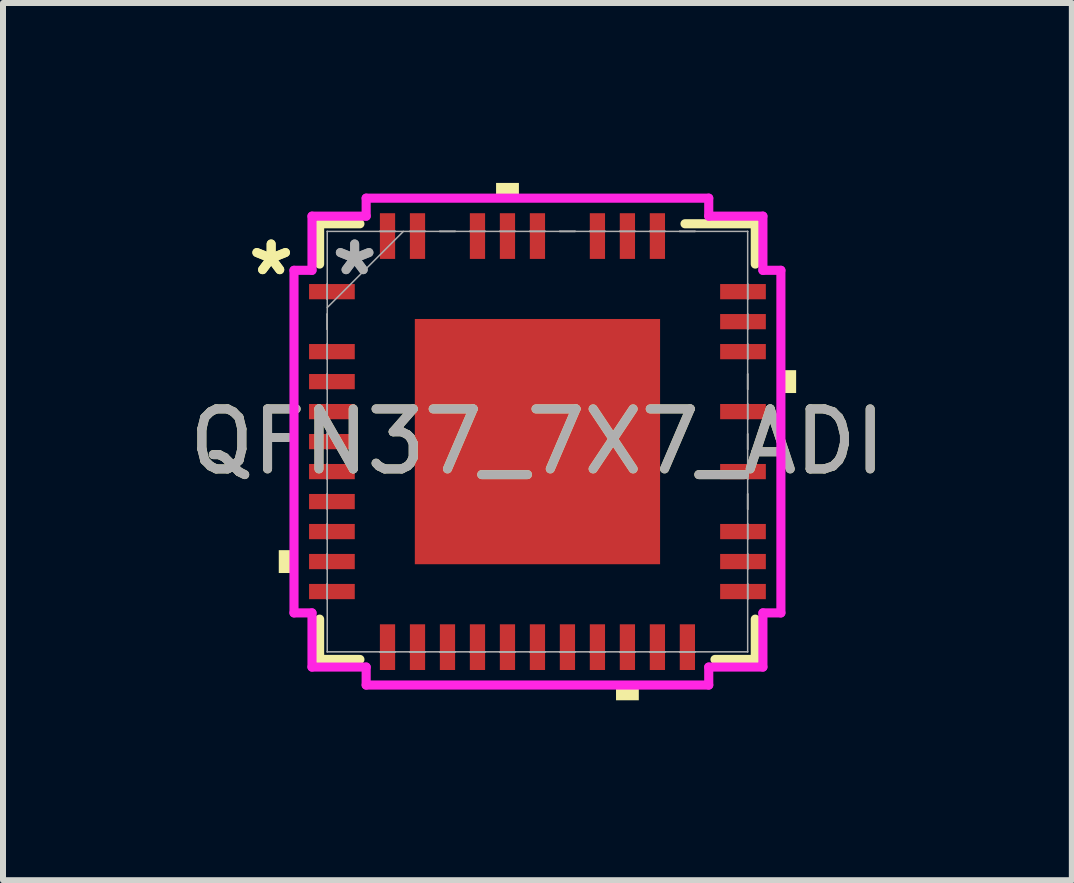
<source format=kicad_pcb>
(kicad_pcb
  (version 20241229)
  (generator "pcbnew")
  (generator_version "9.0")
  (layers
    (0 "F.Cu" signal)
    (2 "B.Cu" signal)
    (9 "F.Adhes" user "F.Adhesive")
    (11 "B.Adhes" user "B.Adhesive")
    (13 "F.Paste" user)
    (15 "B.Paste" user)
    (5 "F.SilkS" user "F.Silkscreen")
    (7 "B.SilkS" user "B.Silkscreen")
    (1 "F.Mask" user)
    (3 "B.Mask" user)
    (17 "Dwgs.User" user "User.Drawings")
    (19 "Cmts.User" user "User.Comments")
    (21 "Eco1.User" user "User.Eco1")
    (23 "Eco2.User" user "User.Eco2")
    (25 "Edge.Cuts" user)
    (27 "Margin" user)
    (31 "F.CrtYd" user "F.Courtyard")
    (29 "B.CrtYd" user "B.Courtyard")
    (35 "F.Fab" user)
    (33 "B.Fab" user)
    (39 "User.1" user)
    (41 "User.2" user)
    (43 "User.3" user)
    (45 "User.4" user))
  (footprint "QFN37_7X7_ADI"
    (layer "F.Cu")
    (at 5.911 4.313)
    (property "Reference" "QFN37_7X7_ADI" (at 0 0 0) (unlocked yes) (layer "F.SilkS") (effects (font (size 1 1) (thickness 0.15))))
    (attr smd)
    (fp_line (start -3.632 -3.632) (end -3.632 -2.96) (stroke (width 0.152) (type solid)) (layer "F.SilkS"))
    (fp_line (start -3.632 2.96) (end -3.632 3.632) (stroke (width 0.152) (type solid)) (layer "F.SilkS"))
    (fp_line (start -3.632 3.632) (end -2.96 3.632) (stroke (width 0.152) (type solid)) (layer "F.SilkS"))
    (fp_line (start -2.96 -3.632) (end -3.632 -3.632) (stroke (width 0.152) (type solid)) (layer "F.SilkS"))
    (fp_line (start 2.96 3.632) (end 3.632 3.632) (stroke (width 0.152) (type solid)) (layer "F.SilkS"))
    (fp_line (start 3.632 -3.632) (end 2.46 -3.632) (stroke (width 0.152) (type solid)) (layer "F.SilkS"))
    (fp_line (start 3.632 -2.96) (end 3.632 -3.632) (stroke (width 0.152) (type solid)) (layer "F.SilkS"))
    (fp_line (start 3.632 3.632) (end 3.632 2.96) (stroke (width 0.152) (type solid)) (layer "F.SilkS"))
    (fp_poly (pts (xy -4.313 1.81) (xy -4.313 2.191) (xy -4.059 2.191) (xy -4.059 1.81)) (stroke (width 0) (type solid)) (fill yes) (layer "F.SilkS"))
    (fp_poly (pts (xy -0.69 -4.059) (xy -0.69 -4.313) (xy -0.309 -4.313) (xy -0.309 -4.059)) (stroke (width 0) (type solid)) (fill yes) (layer "F.SilkS"))
    (fp_poly (pts (xy 1.31 4.059) (xy 1.31 4.313) (xy 1.69 4.313) (xy 1.69 4.059)) (stroke (width 0) (type solid)) (fill yes) (layer "F.SilkS"))
    (fp_poly (pts (xy 4.313 -1.191) (xy 4.313 -0.81) (xy 4.059 -0.81) (xy 4.059 -1.191)) (stroke (width 0) (type solid)) (fill yes) (layer "F.SilkS"))
    (fp_poly (pts (xy -1.945 -1.945) (xy -1.945 -0.782) (xy -0.782 -0.782) (xy -0.782 -1.945)) (stroke (width 0) (type solid)) (fill yes) (layer "F.Paste"))
    (fp_poly (pts (xy -1.945 -0.582) (xy -1.945 0.582) (xy -0.782 0.582) (xy -0.782 -0.582)) (stroke (width 0) (type solid)) (fill yes) (layer "F.Paste"))
    (fp_poly (pts (xy -1.945 0.782) (xy -1.945 1.945) (xy -0.782 1.945) (xy -0.782 0.782)) (stroke (width 0) (type solid)) (fill yes) (layer "F.Paste"))
    (fp_poly (pts (xy -0.582 -1.945) (xy -0.582 -0.782) (xy 0.582 -0.782) (xy 0.582 -1.945)) (stroke (width 0) (type solid)) (fill yes) (layer "F.Paste"))
    (fp_poly (pts (xy -0.582 -0.582) (xy -0.582 0.582) (xy 0.582 0.582) (xy 0.582 -0.582)) (stroke (width 0) (type solid)) (fill yes) (layer "F.Paste"))
    (fp_poly (pts (xy -0.582 0.782) (xy -0.582 1.945) (xy 0.582 1.945) (xy 0.582 0.782)) (stroke (width 0) (type solid)) (fill yes) (layer "F.Paste"))
    (fp_poly (pts (xy 0.782 -1.945) (xy 0.782 -0.782) (xy 1.945 -0.782) (xy 1.945 -1.945)) (stroke (width 0) (type solid)) (fill yes) (layer "F.Paste"))
    (fp_poly (pts (xy 0.782 -0.582) (xy 0.782 0.582) (xy 1.945 0.582) (xy 1.945 -0.582)) (stroke (width 0) (type solid)) (fill yes) (layer "F.Paste"))
    (fp_poly (pts (xy 0.782 0.782) (xy 0.782 1.945) (xy 1.945 1.945) (xy 1.945 0.782)) (stroke (width 0) (type solid)) (fill yes) (layer "F.Paste"))
    (fp_line (start -4.059 -2.856) (end -3.759 -2.856) (stroke (width 0.152) (type solid)) (layer "F.CrtYd"))
    (fp_line (start -4.059 2.856) (end -4.059 -2.856) (stroke (width 0.152) (type solid)) (layer "F.CrtYd"))
    (fp_line (start -3.759 -3.759) (end -2.856 -3.759) (stroke (width 0.152) (type solid)) (layer "F.CrtYd"))
    (fp_line (start -3.759 -2.856) (end -3.759 -3.759) (stroke (width 0.152) (type solid)) (layer "F.CrtYd"))
    (fp_line (start -3.759 2.856) (end -4.059 2.856) (stroke (width 0.152) (type solid)) (layer "F.CrtYd"))
    (fp_line (start -3.759 3.759) (end -3.759 2.856) (stroke (width 0.152) (type solid)) (layer "F.CrtYd"))
    (fp_line (start -2.856 -4.059) (end 2.856 -4.059) (stroke (width 0.152) (type solid)) (layer "F.CrtYd"))
    (fp_line (start -2.856 -3.759) (end -2.856 -4.059) (stroke (width 0.152) (type solid)) (layer "F.CrtYd"))
    (fp_line (start -2.856 3.759) (end -3.759 3.759) (stroke (width 0.152) (type solid)) (layer "F.CrtYd"))
    (fp_line (start -2.856 4.059) (end -2.856 3.759) (stroke (width 0.152) (type solid)) (layer "F.CrtYd"))
    (fp_line (start 2.856 -4.059) (end 2.856 -3.759) (stroke (width 0.152) (type solid)) (layer "F.CrtYd"))
    (fp_line (start 2.856 -3.759) (end 3.759 -3.759) (stroke (width 0.152) (type solid)) (layer "F.CrtYd"))
    (fp_line (start 2.856 3.759) (end 2.856 4.059) (stroke (width 0.152) (type solid)) (layer "F.CrtYd"))
    (fp_line (start 2.856 4.059) (end -2.856 4.059) (stroke (width 0.152) (type solid)) (layer "F.CrtYd"))
    (fp_line (start 3.759 -3.759) (end 3.759 -2.856) (stroke (width 0.152) (type solid)) (layer "F.CrtYd"))
    (fp_line (start 3.759 -2.856) (end 4.059 -2.856) (stroke (width 0.152) (type solid)) (layer "F.CrtYd"))
    (fp_line (start 3.759 2.856) (end 3.759 3.759) (stroke (width 0.152) (type solid)) (layer "F.CrtYd"))
    (fp_line (start 3.759 3.759) (end 2.856 3.759) (stroke (width 0.152) (type solid)) (layer "F.CrtYd"))
    (fp_line (start 4.059 -2.856) (end 4.059 2.856) (stroke (width 0.152) (type solid)) (layer "F.CrtYd"))
    (fp_line (start 4.059 2.856) (end 3.759 2.856) (stroke (width 0.152) (type solid)) (layer "F.CrtYd"))
    (fp_line (start -3.505 -3.505) (end -3.505 -3.505) (stroke (width 0.025) (type solid)) (layer "F.Fab"))
    (fp_line (start -3.505 -3.505) (end -3.505 3.505) (stroke (width 0.025) (type solid)) (layer "F.Fab"))
    (fp_line (start -3.505 -2.627) (end -3.505 -2.627) (stroke (width 0.025) (type solid)) (layer "F.Fab"))
    (fp_line (start -3.505 -2.627) (end -3.505 -2.373) (stroke (width 0.025) (type solid)) (layer "F.Fab"))
    (fp_line (start -3.505 -2.373) (end -3.505 -2.627) (stroke (width 0.025) (type solid)) (layer "F.Fab"))
    (fp_line (start -3.505 -2.373) (end -3.505 -2.373) (stroke (width 0.025) (type solid)) (layer "F.Fab"))
    (fp_line (start -3.505 -2.235) (end -2.235 -3.505) (stroke (width 0.025) (type solid)) (layer "F.Fab"))
    (fp_line (start -3.505 -2.127) (end -3.505 -2.127) (stroke (width 0.025) (type solid)) (layer "F.Fab"))
    (fp_line (start -3.505 -2.127) (end -3.505 -1.873) (stroke (width 0.025) (type solid)) (layer "F.Fab"))
    (fp_line (start -3.505 -1.873) (end -3.505 -2.127) (stroke (width 0.025) (type solid)) (layer "F.Fab"))
    (fp_line (start -3.505 -1.873) (end -3.505 -1.873) (stroke (width 0.025) (type solid)) (layer "F.Fab"))
    (fp_line (start -3.505 -1.627) (end -3.505 -1.627) (stroke (width 0.025) (type solid)) (layer "F.Fab"))
    (fp_line (start -3.505 -1.627) (end -3.505 -1.373) (stroke (width 0.025) (type solid)) (layer "F.Fab"))
    (fp_line (start -3.505 -1.373) (end -3.505 -1.627) (stroke (width 0.025) (type solid)) (layer "F.Fab"))
    (fp_line (start -3.505 -1.373) (end -3.505 -1.373) (stroke (width 0.025) (type solid)) (layer "F.Fab"))
    (fp_line (start -3.505 -1.127) (end -3.505 -1.127) (stroke (width 0.025) (type solid)) (layer "F.Fab"))
    (fp_line (start -3.505 -1.127) (end -3.505 -0.873) (stroke (width 0.025) (type solid)) (layer "F.Fab"))
    (fp_line (start -3.505 -0.873) (end -3.505 -1.127) (stroke (width 0.025) (type solid)) (layer "F.Fab"))
    (fp_line (start -3.505 -0.873) (end -3.505 -0.873) (stroke (width 0.025) (type solid)) (layer "F.Fab"))
    (fp_line (start -3.505 -0.627) (end -3.505 -0.627) (stroke (width 0.025) (type solid)) (layer "F.Fab"))
    (fp_line (start -3.505 -0.627) (end -3.505 -0.373) (stroke (width 0.025) (type solid)) (layer "F.Fab"))
    (fp_line (start -3.505 -0.373) (end -3.505 -0.627) (stroke (width 0.025) (type solid)) (layer "F.Fab"))
    (fp_line (start -3.505 -0.373) (end -3.505 -0.373) (stroke (width 0.025) (type solid)) (layer "F.Fab"))
    (fp_line (start -3.505 -0.127) (end -3.505 -0.127) (stroke (width 0.025) (type solid)) (layer "F.Fab"))
    (fp_line (start -3.505 -0.127) (end -3.505 0.127) (stroke (width 0.025) (type solid)) (layer "F.Fab"))
    (fp_line (start -3.505 0.127) (end -3.505 -0.127) (stroke (width 0.025) (type solid)) (layer "F.Fab"))
    (fp_line (start -3.505 0.127) (end -3.505 0.127) (stroke (width 0.025) (type solid)) (layer "F.Fab"))
    (fp_line (start -3.505 0.373) (end -3.505 0.373) (stroke (width 0.025) (type solid)) (layer "F.Fab"))
    (fp_line (start -3.505 0.373) (end -3.505 0.627) (stroke (width 0.025) (type solid)) (layer "F.Fab"))
    (fp_line (start -3.505 0.627) (end -3.505 0.373) (stroke (width 0.025) (type solid)) (layer "F.Fab"))
    (fp_line (start -3.505 0.627) (end -3.505 0.627) (stroke (width 0.025) (type solid)) (layer "F.Fab"))
    (fp_line (start -3.505 0.873) (end -3.505 0.873) (stroke (width 0.025) (type solid)) (layer "F.Fab"))
    (fp_line (start -3.505 0.873) (end -3.505 1.127) (stroke (width 0.025) (type solid)) (layer "F.Fab"))
    (fp_line (start -3.505 1.127) (end -3.505 0.873) (stroke (width 0.025) (type solid)) (layer "F.Fab"))
    (fp_line (start -3.505 1.127) (end -3.505 1.127) (stroke (width 0.025) (type solid)) (layer "F.Fab"))
    (fp_line (start -3.505 1.373) (end -3.505 1.373) (stroke (width 0.025) (type solid)) (layer "F.Fab"))
    (fp_line (start -3.505 1.373) (end -3.505 1.627) (stroke (width 0.025) (type solid)) (layer "F.Fab"))
    (fp_line (start -3.505 1.627) (end -3.505 1.373) (stroke (width 0.025) (type solid)) (layer "F.Fab"))
    (fp_line (start -3.505 1.627) (end -3.505 1.627) (stroke (width 0.025) (type solid)) (layer "F.Fab"))
    (fp_line (start -3.505 1.873) (end -3.505 1.873) (stroke (width 0.025) (type solid)) (layer "F.Fab"))
    (fp_line (start -3.505 1.873) (end -3.505 2.127) (stroke (width 0.025) (type solid)) (layer "F.Fab"))
    (fp_line (start -3.505 2.127) (end -3.505 1.873) (stroke (width 0.025) (type solid)) (layer "F.Fab"))
    (fp_line (start -3.505 2.127) (end -3.505 2.127) (stroke (width 0.025) (type solid)) (layer "F.Fab"))
    (fp_line (start -3.505 2.373) (end -3.505 2.373) (stroke (width 0.025) (type solid)) (layer "F.Fab"))
    (fp_line (start -3.505 2.373) (end -3.505 2.627) (stroke (width 0.025) (type solid)) (layer "F.Fab"))
    (fp_line (start -3.505 2.627) (end -3.505 2.373) (stroke (width 0.025) (type solid)) (layer "F.Fab"))
    (fp_line (start -3.505 2.627) (end -3.505 2.627) (stroke (width 0.025) (type solid)) (layer "F.Fab"))
    (fp_line (start -3.505 3.505) (end -3.505 3.505) (stroke (width 0.025) (type solid)) (layer "F.Fab"))
    (fp_line (start -3.505 3.505) (end 3.505 3.505) (stroke (width 0.025) (type solid)) (layer "F.Fab"))
    (fp_line (start -2.627 -3.505) (end -2.627 -3.505) (stroke (width 0.025) (type solid)) (layer "F.Fab"))
    (fp_line (start -2.627 -3.505) (end -2.373 -3.505) (stroke (width 0.025) (type solid)) (layer "F.Fab"))
    (fp_line (start -2.627 3.505) (end -2.627 3.505) (stroke (width 0.025) (type solid)) (layer "F.Fab"))
    (fp_line (start -2.627 3.505) (end -2.373 3.505) (stroke (width 0.025) (type solid)) (layer "F.Fab"))
    (fp_line (start -2.373 -3.505) (end -2.627 -3.505) (stroke (width 0.025) (type solid)) (layer "F.Fab"))
    (fp_line (start -2.373 -3.505) (end -2.373 -3.505) (stroke (width 0.025) (type solid)) (layer "F.Fab"))
    (fp_line (start -2.373 3.505) (end -2.627 3.505) (stroke (width 0.025) (type solid)) (layer "F.Fab"))
    (fp_line (start -2.373 3.505) (end -2.373 3.505) (stroke (width 0.025) (type solid)) (layer "F.Fab"))
    (fp_line (start -2.127 -3.505) (end -2.127 -3.505) (stroke (width 0.025) (type solid)) (layer "F.Fab"))
    (fp_line (start -2.127 -3.505) (end -1.873 -3.505) (stroke (width 0.025) (type solid)) (layer "F.Fab"))
    (fp_line (start -2.127 3.505) (end -2.127 3.505) (stroke (width 0.025) (type solid)) (layer "F.Fab"))
    (fp_line (start -2.127 3.505) (end -1.873 3.505) (stroke (width 0.025) (type solid)) (layer "F.Fab"))
    (fp_line (start -1.873 -3.505) (end -2.127 -3.505) (stroke (width 0.025) (type solid)) (layer "F.Fab"))
    (fp_line (start -1.873 -3.505) (end -1.873 -3.505) (stroke (width 0.025) (type solid)) (layer "F.Fab"))
    (fp_line (start -1.873 3.505) (end -2.127 3.505) (stroke (width 0.025) (type solid)) (layer "F.Fab"))
    (fp_line (start -1.873 3.505) (end -1.873 3.505) (stroke (width 0.025) (type solid)) (layer "F.Fab"))
    (fp_line (start -1.627 -3.505) (end -1.627 -3.505) (stroke (width 0.025) (type solid)) (layer "F.Fab"))
    (fp_line (start -1.627 -3.505) (end -1.373 -3.505) (stroke (width 0.025) (type solid)) (layer "F.Fab"))
    (fp_line (start -1.627 3.505) (end -1.627 3.505) (stroke (width 0.025) (type solid)) (layer "F.Fab"))
    (fp_line (start -1.627 3.505) (end -1.373 3.505) (stroke (width 0.025) (type solid)) (layer "F.Fab"))
    (fp_line (start -1.373 -3.505) (end -1.627 -3.505) (stroke (width 0.025) (type solid)) (layer "F.Fab"))
    (fp_line (start -1.373 -3.505) (end -1.373 -3.505) (stroke (width 0.025) (type solid)) (layer "F.Fab"))
    (fp_line (start -1.373 3.505) (end -1.627 3.505) (stroke (width 0.025) (type solid)) (layer "F.Fab"))
    (fp_line (start -1.373 3.505) (end -1.373 3.505) (stroke (width 0.025) (type solid)) (layer "F.Fab"))
    (fp_line (start -1.127 -3.505) (end -1.127 -3.505) (stroke (width 0.025) (type solid)) (layer "F.Fab"))
    (fp_line (start -1.127 -3.505) (end -0.873 -3.505) (stroke (width 0.025) (type solid)) (layer "F.Fab"))
    (fp_line (start -1.127 3.505) (end -1.127 3.505) (stroke (width 0.025) (type solid)) (layer "F.Fab"))
    (fp_line (start -1.127 3.505) (end -0.873 3.505) (stroke (width 0.025) (type solid)) (layer "F.Fab"))
    (fp_line (start -0.873 -3.505) (end -1.127 -3.505) (stroke (width 0.025) (type solid)) (layer "F.Fab"))
    (fp_line (start -0.873 -3.505) (end -0.873 -3.505) (stroke (width 0.025) (type solid)) (layer "F.Fab"))
    (fp_line (start -0.873 3.505) (end -1.127 3.505) (stroke (width 0.025) (type solid)) (layer "F.Fab"))
    (fp_line (start -0.873 3.505) (end -0.873 3.505) (stroke (width 0.025) (type solid)) (layer "F.Fab"))
    (fp_line (start -0.627 -3.505) (end -0.627 -3.505) (stroke (width 0.025) (type solid)) (layer "F.Fab"))
    (fp_line (start -0.627 -3.505) (end -0.373 -3.505) (stroke (width 0.025) (type solid)) (layer "F.Fab"))
    (fp_line (start -0.627 3.505) (end -0.627 3.505) (stroke (width 0.025) (type solid)) (layer "F.Fab"))
    (fp_line (start -0.627 3.505) (end -0.373 3.505) (stroke (width 0.025) (type solid)) (layer "F.Fab"))
    (fp_line (start -0.373 -3.505) (end -0.627 -3.505) (stroke (width 0.025) (type solid)) (layer "F.Fab"))
    (fp_line (start -0.373 -3.505) (end -0.373 -3.505) (stroke (width 0.025) (type solid)) (layer "F.Fab"))
    (fp_line (start -0.373 3.505) (end -0.627 3.505) (stroke (width 0.025) (type solid)) (layer "F.Fab"))
    (fp_line (start -0.373 3.505) (end -0.373 3.505) (stroke (width 0.025) (type solid)) (layer "F.Fab"))
    (fp_line (start -0.127 -3.505) (end -0.127 -3.505) (stroke (width 0.025) (type solid)) (layer "F.Fab"))
    (fp_line (start -0.127 -3.505) (end 0.127 -3.505) (stroke (width 0.025) (type solid)) (layer "F.Fab"))
    (fp_line (start -0.127 3.505) (end -0.127 3.505) (stroke (width 0.025) (type solid)) (layer "F.Fab"))
    (fp_line (start -0.127 3.505) (end 0.127 3.505) (stroke (width 0.025) (type solid)) (layer "F.Fab"))
    (fp_line (start 0.127 -3.505) (end -0.127 -3.505) (stroke (width 0.025) (type solid)) (layer "F.Fab"))
    (fp_line (start 0.127 -3.505) (end 0.127 -3.505) (stroke (width 0.025) (type solid)) (layer "F.Fab"))
    (fp_line (start 0.127 3.505) (end -0.127 3.505) (stroke (width 0.025) (type solid)) (layer "F.Fab"))
    (fp_line (start 0.127 3.505) (end 0.127 3.505) (stroke (width 0.025) (type solid)) (layer "F.Fab"))
    (fp_line (start 0.373 -3.505) (end 0.373 -3.505) (stroke (width 0.025) (type solid)) (layer "F.Fab"))
    (fp_line (start 0.373 -3.505) (end 0.627 -3.505) (stroke (width 0.025) (type solid)) (layer "F.Fab"))
    (fp_line (start 0.373 3.505) (end 0.373 3.505) (stroke (width 0.025) (type solid)) (layer "F.Fab"))
    (fp_line (start 0.373 3.505) (end 0.627 3.505) (stroke (width 0.025) (type solid)) (layer "F.Fab"))
    (fp_line (start 0.627 -3.505) (end 0.373 -3.505) (stroke (width 0.025) (type solid)) (layer "F.Fab"))
    (fp_line (start 0.627 -3.505) (end 0.627 -3.505) (stroke (width 0.025) (type solid)) (layer "F.Fab"))
    (fp_line (start 0.627 3.505) (end 0.373 3.505) (stroke (width 0.025) (type solid)) (layer "F.Fab"))
    (fp_line (start 0.627 3.505) (end 0.627 3.505) (stroke (width 0.025) (type solid)) (layer "F.Fab"))
    (fp_line (start 0.873 -3.505) (end 0.873 -3.505) (stroke (width 0.025) (type solid)) (layer "F.Fab"))
    (fp_line (start 0.873 -3.505) (end 1.127 -3.505) (stroke (width 0.025) (type solid)) (layer "F.Fab"))
    (fp_line (start 0.873 3.505) (end 0.873 3.505) (stroke (width 0.025) (type solid)) (layer "F.Fab"))
    (fp_line (start 0.873 3.505) (end 1.127 3.505) (stroke (width 0.025) (type solid)) (layer "F.Fab"))
    (fp_line (start 1.127 -3.505) (end 0.873 -3.505) (stroke (width 0.025) (type solid)) (layer "F.Fab"))
    (fp_line (start 1.127 -3.505) (end 1.127 -3.505) (stroke (width 0.025) (type solid)) (layer "F.Fab"))
    (fp_line (start 1.127 3.505) (end 0.873 3.505) (stroke (width 0.025) (type solid)) (layer "F.Fab"))
    (fp_line (start 1.127 3.505) (end 1.127 3.505) (stroke (width 0.025) (type solid)) (layer "F.Fab"))
    (fp_line (start 1.373 -3.505) (end 1.373 -3.505) (stroke (width 0.025) (type solid)) (layer "F.Fab"))
    (fp_line (start 1.373 -3.505) (end 1.627 -3.505) (stroke (width 0.025) (type solid)) (layer "F.Fab"))
    (fp_line (start 1.373 3.505) (end 1.373 3.505) (stroke (width 0.025) (type solid)) (layer "F.Fab"))
    (fp_line (start 1.373 3.505) (end 1.627 3.505) (stroke (width 0.025) (type solid)) (layer "F.Fab"))
    (fp_line (start 1.627 -3.505) (end 1.373 -3.505) (stroke (width 0.025) (type solid)) (layer "F.Fab"))
    (fp_line (start 1.627 -3.505) (end 1.627 -3.505) (stroke (width 0.025) (type solid)) (layer "F.Fab"))
    (fp_line (start 1.627 3.505) (end 1.373 3.505) (stroke (width 0.025) (type solid)) (layer "F.Fab"))
    (fp_line (start 1.627 3.505) (end 1.627 3.505) (stroke (width 0.025) (type solid)) (layer "F.Fab"))
    (fp_line (start 1.873 -3.505) (end 1.873 -3.505) (stroke (width 0.025) (type solid)) (layer "F.Fab"))
    (fp_line (start 1.873 -3.505) (end 2.127 -3.505) (stroke (width 0.025) (type solid)) (layer "F.Fab"))
    (fp_line (start 1.873 3.505) (end 1.873 3.505) (stroke (width 0.025) (type solid)) (layer "F.Fab"))
    (fp_line (start 1.873 3.505) (end 2.127 3.505) (stroke (width 0.025) (type solid)) (layer "F.Fab"))
    (fp_line (start 2.127 -3.505) (end 1.873 -3.505) (stroke (width 0.025) (type solid)) (layer "F.Fab"))
    (fp_line (start 2.127 -3.505) (end 2.127 -3.505) (stroke (width 0.025) (type solid)) (layer "F.Fab"))
    (fp_line (start 2.127 3.505) (end 1.873 3.505) (stroke (width 0.025) (type solid)) (layer "F.Fab"))
    (fp_line (start 2.127 3.505) (end 2.127 3.505) (stroke (width 0.025) (type solid)) (layer "F.Fab"))
    (fp_line (start 2.373 -3.505) (end 2.373 -3.505) (stroke (width 0.025) (type solid)) (layer "F.Fab"))
    (fp_line (start 2.373 -3.505) (end 2.627 -3.505) (stroke (width 0.025) (type solid)) (layer "F.Fab"))
    (fp_line (start 2.373 3.505) (end 2.373 3.505) (stroke (width 0.025) (type solid)) (layer "F.Fab"))
    (fp_line (start 2.373 3.505) (end 2.627 3.505) (stroke (width 0.025) (type solid)) (layer "F.Fab"))
    (fp_line (start 2.627 -3.505) (end 2.373 -3.505) (stroke (width 0.025) (type solid)) (layer "F.Fab"))
    (fp_line (start 2.627 -3.505) (end 2.627 -3.505) (stroke (width 0.025) (type solid)) (layer "F.Fab"))
    (fp_line (start 2.627 3.505) (end 2.373 3.505) (stroke (width 0.025) (type solid)) (layer "F.Fab"))
    (fp_line (start 2.627 3.505) (end 2.627 3.505) (stroke (width 0.025) (type solid)) (layer "F.Fab"))
    (fp_line (start 3.505 -3.505) (end -3.505 -3.505) (stroke (width 0.025) (type solid)) (layer "F.Fab"))
    (fp_line (start 3.505 -3.505) (end 3.505 -3.505) (stroke (width 0.025) (type solid)) (layer "F.Fab"))
    (fp_line (start 3.505 -2.627) (end 3.505 -2.627) (stroke (width 0.025) (type solid)) (layer "F.Fab"))
    (fp_line (start 3.505 -2.627) (end 3.505 -2.373) (stroke (width 0.025) (type solid)) (layer "F.Fab"))
    (fp_line (start 3.505 -2.373) (end 3.505 -2.627) (stroke (width 0.025) (type solid)) (layer "F.Fab"))
    (fp_line (start 3.505 -2.373) (end 3.505 -2.373) (stroke (width 0.025) (type solid)) (layer "F.Fab"))
    (fp_line (start 3.505 -2.127) (end 3.505 -2.127) (stroke (width 0.025) (type solid)) (layer "F.Fab"))
    (fp_line (start 3.505 -2.127) (end 3.505 -1.873) (stroke (width 0.025) (type solid)) (layer "F.Fab"))
    (fp_line (start 3.505 -1.873) (end 3.505 -2.127) (stroke (width 0.025) (type solid)) (layer "F.Fab"))
    (fp_line (start 3.505 -1.873) (end 3.505 -1.873) (stroke (width 0.025) (type solid)) (layer "F.Fab"))
    (fp_line (start 3.505 -1.627) (end 3.505 -1.627) (stroke (width 0.025) (type solid)) (layer "F.Fab"))
    (fp_line (start 3.505 -1.627) (end 3.505 -1.373) (stroke (width 0.025) (type solid)) (layer "F.Fab"))
    (fp_line (start 3.505 -1.373) (end 3.505 -1.627) (stroke (width 0.025) (type solid)) (layer "F.Fab"))
    (fp_line (start 3.505 -1.373) (end 3.505 -1.373) (stroke (width 0.025) (type solid)) (layer "F.Fab"))
    (fp_line (start 3.505 -1.127) (end 3.505 -1.127) (stroke (width 0.025) (type solid)) (layer "F.Fab"))
    (fp_line (start 3.505 -1.127) (end 3.505 -0.873) (stroke (width 0.025) (type solid)) (layer "F.Fab"))
    (fp_line (start 3.505 -0.873) (end 3.505 -1.127) (stroke (width 0.025) (type solid)) (layer "F.Fab"))
    (fp_line (start 3.505 -0.873) (end 3.505 -0.873) (stroke (width 0.025) (type solid)) (layer "F.Fab"))
    (fp_line (start 3.505 -0.627) (end 3.505 -0.627) (stroke (width 0.025) (type solid)) (layer "F.Fab"))
    (fp_line (start 3.505 -0.627) (end 3.505 -0.373) (stroke (width 0.025) (type solid)) (layer "F.Fab"))
    (fp_line (start 3.505 -0.373) (end 3.505 -0.627) (stroke (width 0.025) (type solid)) (layer "F.Fab"))
    (fp_line (start 3.505 -0.373) (end 3.505 -0.373) (stroke (width 0.025) (type solid)) (layer "F.Fab"))
    (fp_line (start 3.505 -0.127) (end 3.505 -0.127) (stroke (width 0.025) (type solid)) (layer "F.Fab"))
    (fp_line (start 3.505 -0.127) (end 3.505 0.127) (stroke (width 0.025) (type solid)) (layer "F.Fab"))
    (fp_line (start 3.505 0.127) (end 3.505 -0.127) (stroke (width 0.025) (type solid)) (layer "F.Fab"))
    (fp_line (start 3.505 0.127) (end 3.505 0.127) (stroke (width 0.025) (type solid)) (layer "F.Fab"))
    (fp_line (start 3.505 0.373) (end 3.505 0.373) (stroke (width 0.025) (type solid)) (layer "F.Fab"))
    (fp_line (start 3.505 0.373) (end 3.505 0.627) (stroke (width 0.025) (type solid)) (layer "F.Fab"))
    (fp_line (start 3.505 0.627) (end 3.505 0.373) (stroke (width 0.025) (type solid)) (layer "F.Fab"))
    (fp_line (start 3.505 0.627) (end 3.505 0.627) (stroke (width 0.025) (type solid)) (layer "F.Fab"))
    (fp_line (start 3.505 0.873) (end 3.505 0.873) (stroke (width 0.025) (type solid)) (layer "F.Fab"))
    (fp_line (start 3.505 0.873) (end 3.505 1.127) (stroke (width 0.025) (type solid)) (layer "F.Fab"))
    (fp_line (start 3.505 1.127) (end 3.505 0.873) (stroke (width 0.025) (type solid)) (layer "F.Fab"))
    (fp_line (start 3.505 1.127) (end 3.505 1.127) (stroke (width 0.025) (type solid)) (layer "F.Fab"))
    (fp_line (start 3.505 1.373) (end 3.505 1.373) (stroke (width 0.025) (type solid)) (layer "F.Fab"))
    (fp_line (start 3.505 1.373) (end 3.505 1.627) (stroke (width 0.025) (type solid)) (layer "F.Fab"))
    (fp_line (start 3.505 1.627) (end 3.505 1.373) (stroke (width 0.025) (type solid)) (layer "F.Fab"))
    (fp_line (start 3.505 1.627) (end 3.505 1.627) (stroke (width 0.025) (type solid)) (layer "F.Fab"))
    (fp_line (start 3.505 1.873) (end 3.505 1.873) (stroke (width 0.025) (type solid)) (layer "F.Fab"))
    (fp_line (start 3.505 1.873) (end 3.505 2.127) (stroke (width 0.025) (type solid)) (layer "F.Fab"))
    (fp_line (start 3.505 2.127) (end 3.505 1.873) (stroke (width 0.025) (type solid)) (layer "F.Fab"))
    (fp_line (start 3.505 2.127) (end 3.505 2.127) (stroke (width 0.025) (type solid)) (layer "F.Fab"))
    (fp_line (start 3.505 2.373) (end 3.505 2.373) (stroke (width 0.025) (type solid)) (layer "F.Fab"))
    (fp_line (start 3.505 2.373) (end 3.505 2.627) (stroke (width 0.025) (type solid)) (layer "F.Fab"))
    (fp_line (start 3.505 2.627) (end 3.505 2.373) (stroke (width 0.025) (type solid)) (layer "F.Fab"))
    (fp_line (start 3.505 2.627) (end 3.505 2.627) (stroke (width 0.025) (type solid)) (layer "F.Fab"))
    (fp_line (start 3.505 3.505) (end 3.505 -3.505) (stroke (width 0.025) (type solid)) (layer "F.Fab"))
    (fp_line (start 3.505 3.505) (end 3.505 3.505) (stroke (width 0.025) (type solid)) (layer "F.Fab"))
    (fp_text user "*" (at -4.44 -2.75 0) (layer "F.SilkS") (effects (font (size 1 1) (thickness 0.15))))
    (fp_text user "*" (at -4.44 -2.75 0) (unlocked yes) (layer "F.SilkS") (effects (font (size 1 1) (thickness 0.15))))
    (fp_text user "*" (at -3.048 -2.75 0) (unlocked yes) (layer "F.Fab") (effects (font (size 1 1) (thickness 0.15))))
    (fp_text user "${REFERENCE}" (at 0 0 0) (unlocked yes) (layer "F.Fab") (effects (font (size 1 1) (thickness 0.15))))
    (fp_text user "*" (at -3.048 -2.75 0) (layer "F.Fab") (effects (font (size 1 1) (thickness 0.15))))
    (pad "1" smd rect (at -3.427 -2.5 90) (size 0.254 0.762) (layers "F.Cu" "F.Mask" "F.Paste"))
    (pad "2" smd rect (at -3.427 -1.5 90) (size 0.254 0.762) (layers "F.Cu" "F.Mask" "F.Paste"))
    (pad "3" smd rect (at -3.427 -1 90) (size 0.254 0.762) (layers "F.Cu" "F.Mask" "F.Paste"))
    (pad "4" smd rect (at -3.427 -0.5 90) (size 0.254 0.762) (layers "F.Cu" "F.Mask" "F.Paste"))
    (pad "5" smd rect (at -3.427 0 90) (size 0.254 0.762) (layers "F.Cu" "F.Mask" "F.Paste"))
    (pad "6" smd rect (at -3.427 0.5 90) (size 0.254 0.762) (layers "F.Cu" "F.Mask" "F.Paste"))
    (pad "7" smd rect (at -3.427 1 90) (size 0.254 0.762) (layers "F.Cu" "F.Mask" "F.Paste"))
    (pad "8" smd rect (at -3.427 1.5 90) (size 0.254 0.762) (layers "F.Cu" "F.Mask" "F.Paste"))
    (pad "9" smd rect (at -3.427 2 90) (size 0.254 0.762) (layers "F.Cu" "F.Mask" "F.Paste"))
    (pad "10" smd rect (at -3.427 2.5 90) (size 0.254 0.762) (layers "F.Cu" "F.Mask" "F.Paste"))
    (pad "11" smd rect (at -2.5 3.427) (size 0.254 0.762) (layers "F.Cu" "F.Mask" "F.Paste"))
    (pad "12" smd rect (at -2 3.427) (size 0.254 0.762) (layers "F.Cu" "F.Mask" "F.Paste"))
    (pad "13" smd rect (at -1.5 3.427) (size 0.254 0.762) (layers "F.Cu" "F.Mask" "F.Paste"))
    (pad "14" smd rect (at -1 3.427) (size 0.254 0.762) (layers "F.Cu" "F.Mask" "F.Paste"))
    (pad "15" smd rect (at -0.5 3.427) (size 0.254 0.762) (layers "F.Cu" "F.Mask" "F.Paste"))
    (pad "16" smd rect (at 0 3.427) (size 0.254 0.762) (layers "F.Cu" "F.Mask" "F.Paste"))
    (pad "17" smd rect (at 0.5 3.427) (size 0.254 0.762) (layers "F.Cu" "F.Mask" "F.Paste"))
    (pad "18" smd rect (at 1 3.427) (size 0.254 0.762) (layers "F.Cu" "F.Mask" "F.Paste"))
    (pad "19" smd rect (at 1.5 3.427) (size 0.254 0.762) (layers "F.Cu" "F.Mask" "F.Paste"))
    (pad "20" smd rect (at 2 3.427) (size 0.254 0.762) (layers "F.Cu" "F.Mask" "F.Paste"))
    (pad "21" smd rect (at 2.5 3.427) (size 0.254 0.762) (layers "F.Cu" "F.Mask" "F.Paste"))
    (pad "22" smd rect (at 3.427 2.5 90) (size 0.254 0.762) (layers "F.Cu" "F.Mask" "F.Paste"))
    (pad "23" smd rect (at 3.427 2 90) (size 0.254 0.762) (layers "F.Cu" "F.Mask" "F.Paste"))
    (pad "24" smd rect (at 3.427 1.5 90) (size 0.254 0.762) (layers "F.Cu" "F.Mask" "F.Paste"))
    (pad "25" smd rect (at 3.427 0.5 90) (size 0.254 0.762) (layers "F.Cu" "F.Mask" "F.Paste"))
    (pad "26" smd rect (at 3.427 -0.5 90) (size 0.254 0.762) (layers "F.Cu" "F.Mask" "F.Paste"))
    (pad "27" smd rect (at 3.427 -1.5 90) (size 0.254 0.762) (layers "F.Cu" "F.Mask" "F.Paste"))
    (pad "28" smd rect (at 3.427 -2 90) (size 0.254 0.762) (layers "F.Cu" "F.Mask" "F.Paste"))
    (pad "29" smd rect (at 3.427 -2.5 90) (size 0.254 0.762) (layers "F.Cu" "F.Mask" "F.Paste"))
    (pad "30" smd rect (at 2 -3.427) (size 0.254 0.762) (layers "F.Cu" "F.Mask" "F.Paste"))
    (pad "31" smd rect (at 1.5 -3.427) (size 0.254 0.762) (layers "F.Cu" "F.Mask" "F.Paste"))
    (pad "32" smd rect (at 1 -3.427) (size 0.254 0.762) (layers "F.Cu" "F.Mask" "F.Paste"))
    (pad "33" smd rect (at 0 -3.427) (size 0.254 0.762) (layers "F.Cu" "F.Mask" "F.Paste"))
    (pad "34" smd rect (at -0.5 -3.427) (size 0.254 0.762) (layers "F.Cu" "F.Mask" "F.Paste"))
    (pad "35" smd rect (at -1 -3.427) (size 0.254 0.762) (layers "F.Cu" "F.Mask" "F.Paste"))
    (pad "36" smd rect (at -2 -3.427) (size 0.254 0.762) (layers "F.Cu" "F.Mask" "F.Paste"))
    (pad "37" smd rect (at -2.5 -3.427) (size 0.254 0.762) (layers "F.Cu" "F.Mask" "F.Paste"))
    (pad "38" smd rect (at 0 0) (size 4.089 4.089) (layers "F.Cu" "F.Mask" "F.Paste")))
  (gr_rect
    (start -3 -3)
    (end 14.821 11.626)
    (stroke (width 0.1) (type default))
    (fill no)
    (layer "Edge.Cuts")))
</source>
